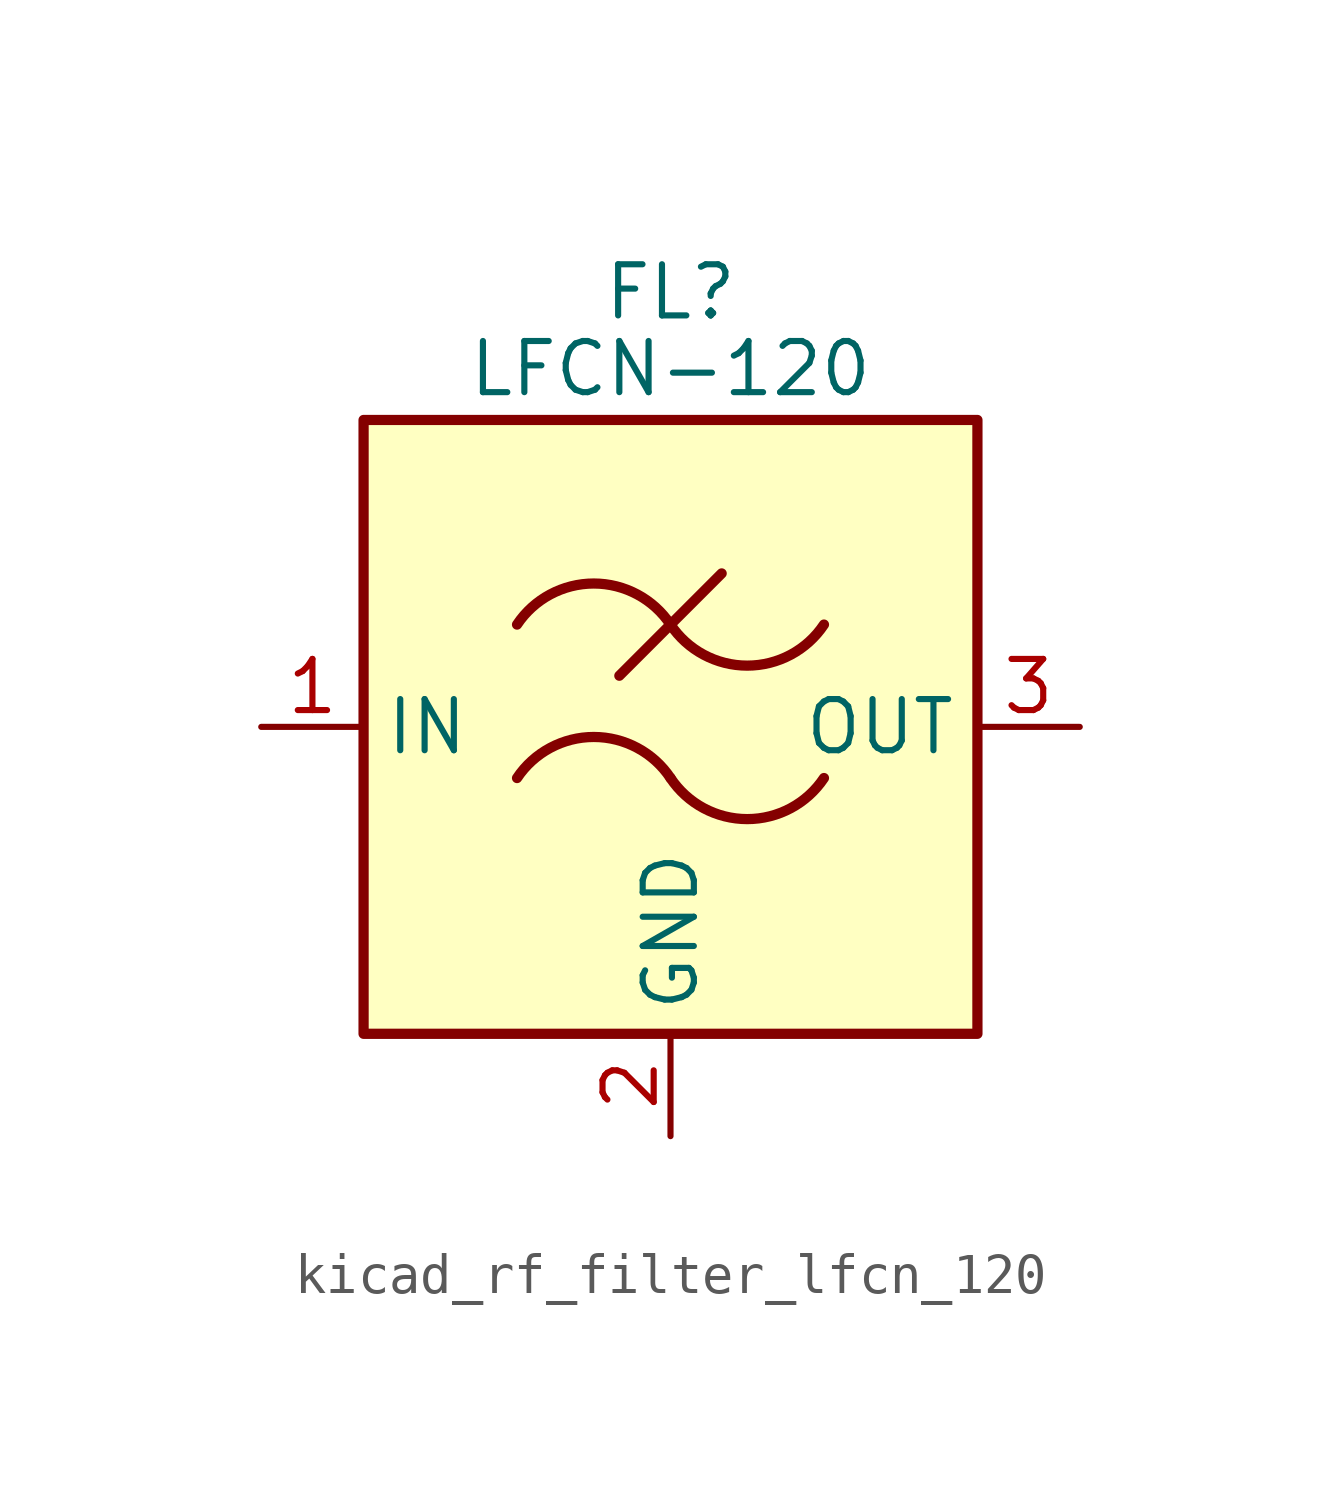
<source format=kicad_sym>
(kicad_symbol_lib
  (version 20220914)
  (generator kicad_symbol_editor)
  (symbol "kicad_rf_filter_lfcn_120"
    (property "Reference" "FL"
      (at 0 10.795 0)
      (effects (font (size 1.27 1.27))))
    (property "Value" "LFCN-120"
      (at 0 8.89 0)
      (effects (font (size 1.27 1.27))))
    (symbol "kicad_rf_filter_lfcn_120_0_1"
      (rectangle (start -7.62 7.62) (end 7.62 -7.62) (stroke (width 0.254) (type default)) (fill (type background)))
      (arc (start 0 -1.27) (mid -1.905 -0.2505) (end -3.81 -1.27) (stroke (width 0.254) (type default)) (fill (type none)))
      (arc (start 0 -1.27) (mid 1.905 -2.2895) (end 3.81 -1.27) (stroke (width 0.254) (type default)) (fill (type none)))
      (polyline (pts (xy -1.27 1.27) (xy 1.27 3.81)) (stroke (width 0.254) (type default)) (fill (type none)))
      (arc (start 0 2.54) (mid -1.905 3.5595) (end -3.81 2.54) (stroke (width 0.254) (type default)) (fill (type none)))
      (arc (start 0 2.54) (mid 1.905 1.5205) (end 3.81 2.54) (stroke (width 0.254) (type default)) (fill (type none))))
    (symbol "kicad_rf_filter_lfcn_120_1_1"
      (pin passive line (at -10.16 0 0) (length 2.54) (name "IN" (effects (font (size 1.27 1.27)))) (number "1" (effects (font (size 1.27 1.27)))))
      (pin passive line (at 0 -10.16 90) (length 2.54) (name "GND" (effects (font (size 1.27 1.27)))) (number "2" (effects (font (size 1.27 1.27)))))
      (pin passive line (at 10.16 0 180) (length 2.54) (name "OUT" (effects (font (size 1.27 1.27)))) (number "3" (effects (font (size 1.27 1.27)))))
      (pin passive line (at 0 -10.16 90) (length 2.54) hide (name "GND" (effects (font (size 1.27 1.27)))) (number "4" (effects (font (size 1.27 1.27))))))))
</source>
